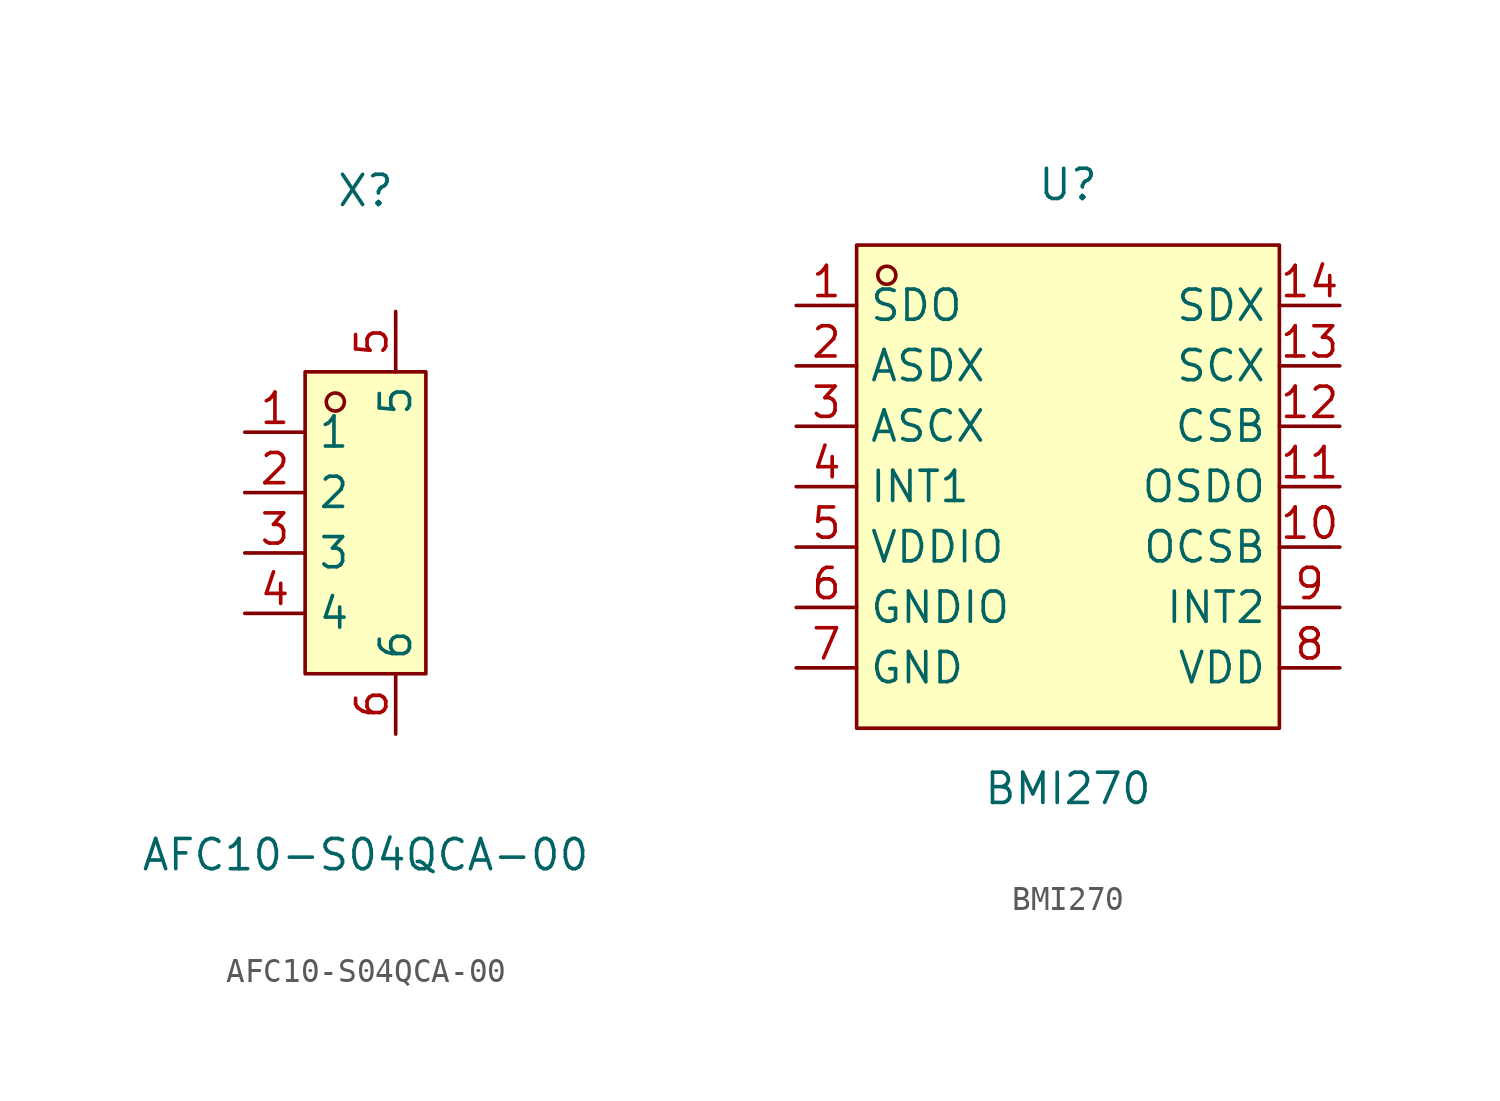
<source format=kicad_sym>
(kicad_symbol_lib
  (version 20211014)
  (generator https://github.com/uPesy/easyeda2kicad.py)
  (symbol "AFC10-S04QCA-00"
    (property "Reference" "X"
      (at 0 13.97 0)
      (effects (font (size 1.27 1.27))))
    (property "Value" "AFC10-S04QCA-00"
      (at 0 -13.97 0)
      (effects (font (size 1.27 1.27))))
    (symbol "AFC10-S04QCA-00_0_1"
      (rectangle (start -2.54 6.35) (end 2.54 -6.35) (stroke (width 0) (type default) (color 0 0 0 0)) (fill (type background)))
      (circle (center -1.27 5.08) (radius 0.38) (stroke (width 0) (type default) (color 0 0 0 0)) (fill (type none)))
      (pin unspecified line (at -5.08 3.81 0) (length 2.54) (name "1" (effects (font (size 1.27 1.27)))) (number "1" (effects (font (size 1.27 1.27)))))
      (pin unspecified line (at -5.08 1.27 0) (length 2.54) (name "2" (effects (font (size 1.27 1.27)))) (number "2" (effects (font (size 1.27 1.27)))))
      (pin unspecified line (at -5.08 -1.27 0) (length 2.54) (name "3" (effects (font (size 1.27 1.27)))) (number "3" (effects (font (size 1.27 1.27)))))
      (pin unspecified line (at -5.08 -3.81 0) (length 2.54) (name "4" (effects (font (size 1.27 1.27)))) (number "4" (effects (font (size 1.27 1.27)))))
      (pin unspecified line (at 1.27 8.89 270) (length 2.54) (name "5" (effects (font (size 1.27 1.27)))) (number "5" (effects (font (size 1.27 1.27)))))
      (pin unspecified line (at 1.27 -8.89 90) (length 2.54) (name "6" (effects (font (size 1.27 1.27)))) (number "6" (effects (font (size 1.27 1.27)))))))
  (symbol "BMI270"
    (property "Reference" "U"
      (at 0 12.70 0)
      (effects (font (size 1.27 1.27))))
    (property "Value" "BMI270"
      (at 0 -12.70 0)
      (effects (font (size 1.27 1.27))))
    (symbol "BMI270_0_1"
      (rectangle (start -8.89 10.16) (end 8.89 -10.16) (stroke (width 0) (type default) (color 0 0 0 0)) (fill (type background)))
      (circle (center -7.62 8.89) (radius 0.38) (stroke (width 0) (type default) (color 0 0 0 0)) (fill (type none)))
      (pin unspecified line (at -11.43 7.62 0) (length 2.54) (name "SDO" (effects (font (size 1.27 1.27)))) (number "1" (effects (font (size 1.27 1.27)))))
      (pin unspecified line (at -11.43 5.08 0) (length 2.54) (name "ASDX" (effects (font (size 1.27 1.27)))) (number "2" (effects (font (size 1.27 1.27)))))
      (pin unspecified line (at -11.43 2.54 0) (length 2.54) (name "ASCX" (effects (font (size 1.27 1.27)))) (number "3" (effects (font (size 1.27 1.27)))))
      (pin unspecified line (at -11.43 -0.00 0) (length 2.54) (name "INT1" (effects (font (size 1.27 1.27)))) (number "4" (effects (font (size 1.27 1.27)))))
      (pin unspecified line (at -11.43 -2.54 0) (length 2.54) (name "VDDIO" (effects (font (size 1.27 1.27)))) (number "5" (effects (font (size 1.27 1.27)))))
      (pin unspecified line (at -11.43 -5.08 0) (length 2.54) (name "GNDIO" (effects (font (size 1.27 1.27)))) (number "6" (effects (font (size 1.27 1.27)))))
      (pin unspecified line (at -11.43 -7.62 0) (length 2.54) (name "GND" (effects (font (size 1.27 1.27)))) (number "7" (effects (font (size 1.27 1.27)))))
      (pin unspecified line (at 11.43 -7.62 180) (length 2.54) (name "VDD" (effects (font (size 1.27 1.27)))) (number "8" (effects (font (size 1.27 1.27)))))
      (pin unspecified line (at 11.43 -5.08 180) (length 2.54) (name "INT2" (effects (font (size 1.27 1.27)))) (number "9" (effects (font (size 1.27 1.27)))))
      (pin unspecified line (at 11.43 -2.54 180) (length 2.54) (name "OCSB" (effects (font (size 1.27 1.27)))) (number "10" (effects (font (size 1.27 1.27)))))
      (pin unspecified line (at 11.43 -0.00 180) (length 2.54) (name "OSDO" (effects (font (size 1.27 1.27)))) (number "11" (effects (font (size 1.27 1.27)))))
      (pin unspecified line (at 11.43 2.54 180) (length 2.54) (name "CSB" (effects (font (size 1.27 1.27)))) (number "12" (effects (font (size 1.27 1.27)))))
      (pin unspecified line (at 11.43 5.08 180) (length 2.54) (name "SCX" (effects (font (size 1.27 1.27)))) (number "13" (effects (font (size 1.27 1.27)))))
      (pin unspecified line (at 11.43 7.62 180) (length 2.54) (name "SDX" (effects (font (size 1.27 1.27)))) (number "14" (effects (font (size 1.27 1.27))))))))
</source>
